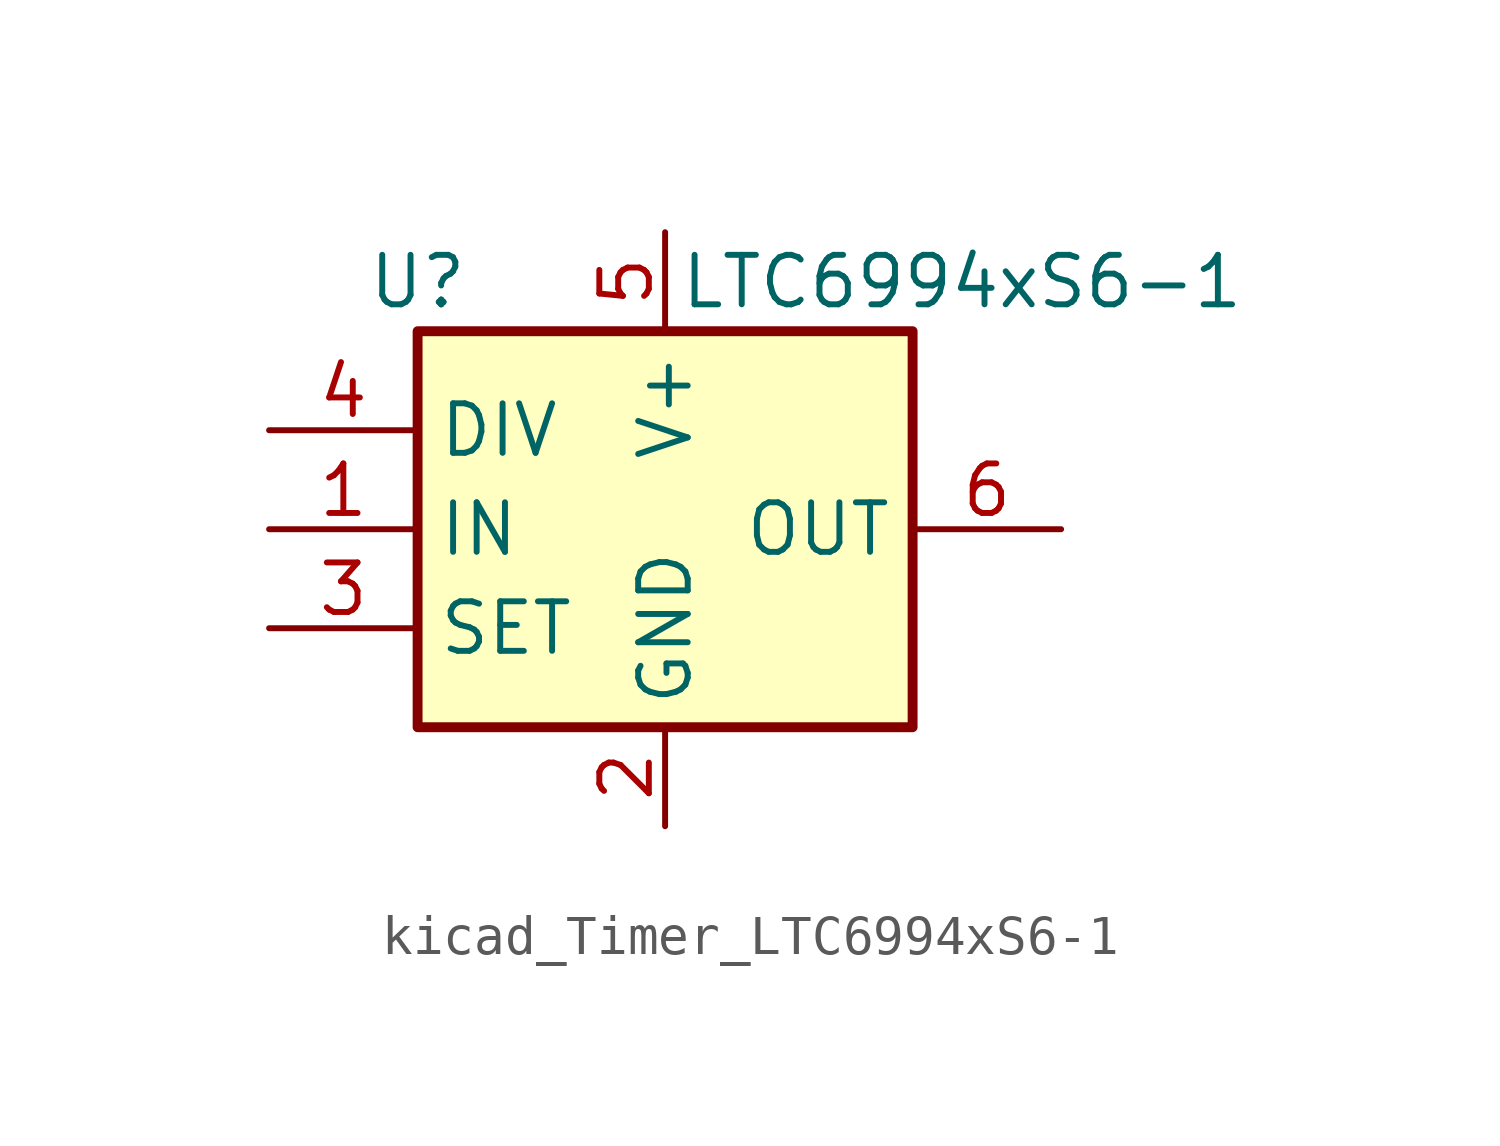
<source format=kicad_sym>
(kicad_symbol_lib
  (version 20220914)
  (generator kicad_symbol_editor)
  (symbol "kicad_Timer_LTC6994xS6-1"
    (property "Reference" "U"
      (at -6.35 6.35 0)
      (effects (font (size 1.27 1.27))))
    (property "Value" "LTC6994xS6-1"
      (at 7.62 6.35 0)
      (effects (font (size 1.27 1.27))))
    (symbol "kicad_Timer_LTC6994xS6-1_0_1"
      (rectangle (start -6.35 5.08) (end 6.35 -5.08) (stroke (width 0.254) (type default)) (fill (type background))))
    (symbol "kicad_Timer_LTC6994xS6-1_1_1"
      (pin input line (at -10.16 0 0) (length 3.81) (name "IN" (effects (font (size 1.27 1.27)))) (number "1" (effects (font (size 1.27 1.27)))))
      (pin power_in line (at 0 -7.62 90) (length 2.54) (name "GND" (effects (font (size 1.27 1.27)))) (number "2" (effects (font (size 1.27 1.27)))))
      (pin passive line (at -10.16 -2.54 0) (length 3.81) (name "SET" (effects (font (size 1.27 1.27)))) (number "3" (effects (font (size 1.27 1.27)))))
      (pin input line (at -10.16 2.54 0) (length 3.81) (name "DIV" (effects (font (size 1.27 1.27)))) (number "4" (effects (font (size 1.27 1.27)))))
      (pin power_in line (at 0 7.62 270) (length 2.54) (name "V+" (effects (font (size 1.27 1.27)))) (number "5" (effects (font (size 1.27 1.27)))))
      (pin output line (at 10.16 0 180) (length 3.81) (name "OUT" (effects (font (size 1.27 1.27)))) (number "6" (effects (font (size 1.27 1.27))))))))
</source>
